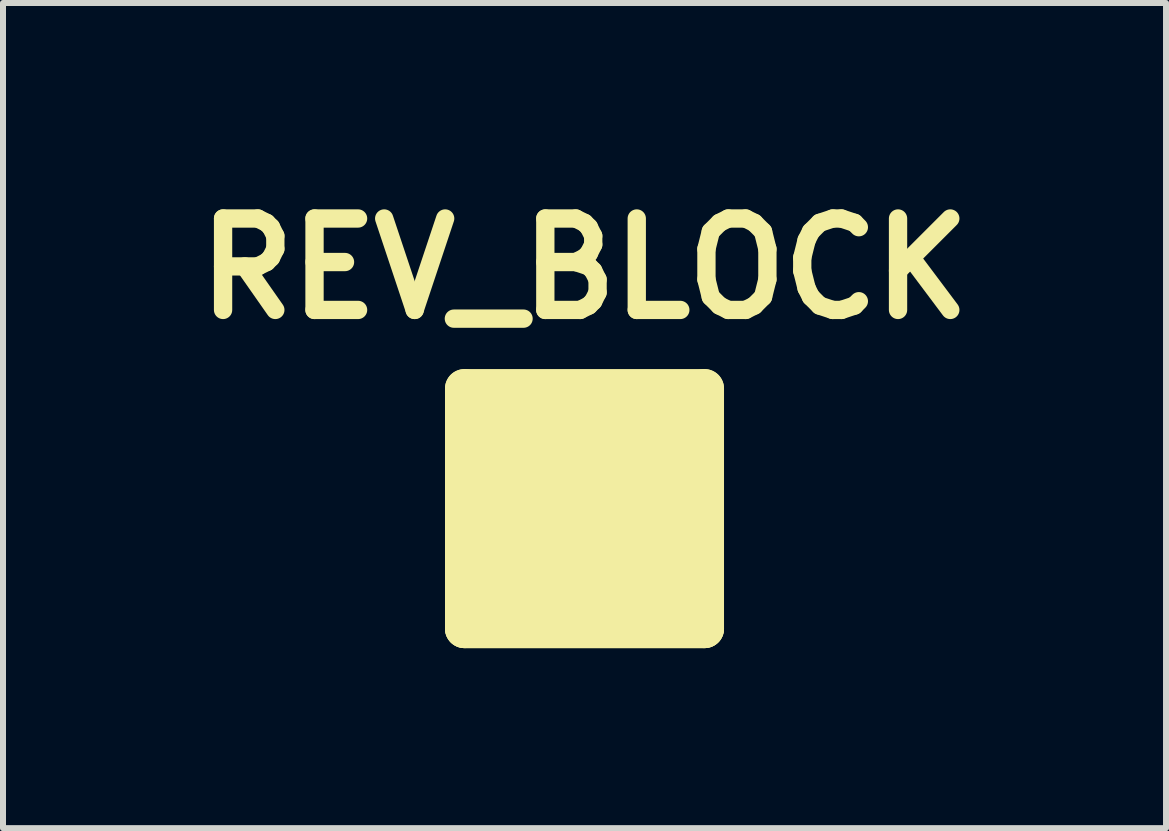
<source format=kicad_pcb>
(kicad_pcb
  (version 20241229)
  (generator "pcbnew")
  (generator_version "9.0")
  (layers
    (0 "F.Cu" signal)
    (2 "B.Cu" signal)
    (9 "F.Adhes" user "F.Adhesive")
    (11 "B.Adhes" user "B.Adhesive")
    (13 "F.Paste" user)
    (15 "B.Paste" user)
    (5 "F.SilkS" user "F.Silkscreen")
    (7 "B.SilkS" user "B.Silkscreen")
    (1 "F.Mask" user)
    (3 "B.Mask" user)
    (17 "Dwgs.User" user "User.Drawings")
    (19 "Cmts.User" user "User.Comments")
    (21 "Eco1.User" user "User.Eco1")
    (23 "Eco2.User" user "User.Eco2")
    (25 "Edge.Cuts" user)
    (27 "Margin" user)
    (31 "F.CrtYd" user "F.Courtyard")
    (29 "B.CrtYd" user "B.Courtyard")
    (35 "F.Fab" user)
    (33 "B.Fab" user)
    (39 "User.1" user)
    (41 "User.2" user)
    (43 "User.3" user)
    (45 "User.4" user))
  (footprint "REV_BLOCK"
    (layer "F.Cu")
    (at 6.691 5.426)
    (property "Reference" "REV_BLOCK" (at 0 -4 0) (layer "F.SilkS") (effects (font (size 1.524 1.524) (thickness 0.305))))
    (attr through_hole)
    (fp_line (start -2 -2) (end 2 -2) (stroke (width 0.15) (type solid)) (layer "F.SilkS"))
    (fp_line (start -2 -2) (end 2 -2) (stroke (width 0.65) (type solid)) (layer "F.SilkS"))
    (fp_line (start -2 -1.5) (end 2 -1.5) (stroke (width 0.65) (type solid)) (layer "F.SilkS"))
    (fp_line (start -2 -1) (end 2 -1) (stroke (width 0.65) (type solid)) (layer "F.SilkS"))
    (fp_line (start -2 -0.5) (end 2 -0.5) (stroke (width 0.65) (type solid)) (layer "F.SilkS"))
    (fp_line (start -2 0) (end 2 0) (stroke (width 0.65) (type solid)) (layer "F.SilkS"))
    (fp_line (start -2 0.5) (end 2 0.5) (stroke (width 0.65) (type solid)) (layer "F.SilkS"))
    (fp_line (start -2 1) (end 2 1) (stroke (width 0.65) (type solid)) (layer "F.SilkS"))
    (fp_line (start -2 1.5) (end 2 1.5) (stroke (width 0.65) (type solid)) (layer "F.SilkS"))
    (fp_line (start -2 2) (end -2 -2) (stroke (width 0.15) (type solid)) (layer "F.SilkS"))
    (fp_line (start -2 2) (end -2 -2) (stroke (width 0.65) (type solid)) (layer "F.SilkS"))
    (fp_line (start -2 2) (end 2 2) (stroke (width 0.65) (type solid)) (layer "F.SilkS"))
    (fp_line (start 2 -2) (end 2 2) (stroke (width 0.15) (type solid)) (layer "F.SilkS"))
    (fp_line (start 2 -2) (end 2 2) (stroke (width 0.65) (type solid)) (layer "F.SilkS"))
    (fp_line (start 2 2) (end -2 2) (stroke (width 0.15) (type solid)) (layer "F.SilkS"))
    (fp_line (start 2 2) (end -2 2) (stroke (width 0.65) (type solid)) (layer "F.SilkS")))
  (gr_rect
    (start -3 -3)
    (end 16.382 10.751)
    (stroke (width 0.1) (type default))
    (fill no)
    (layer "Edge.Cuts")))
</source>
